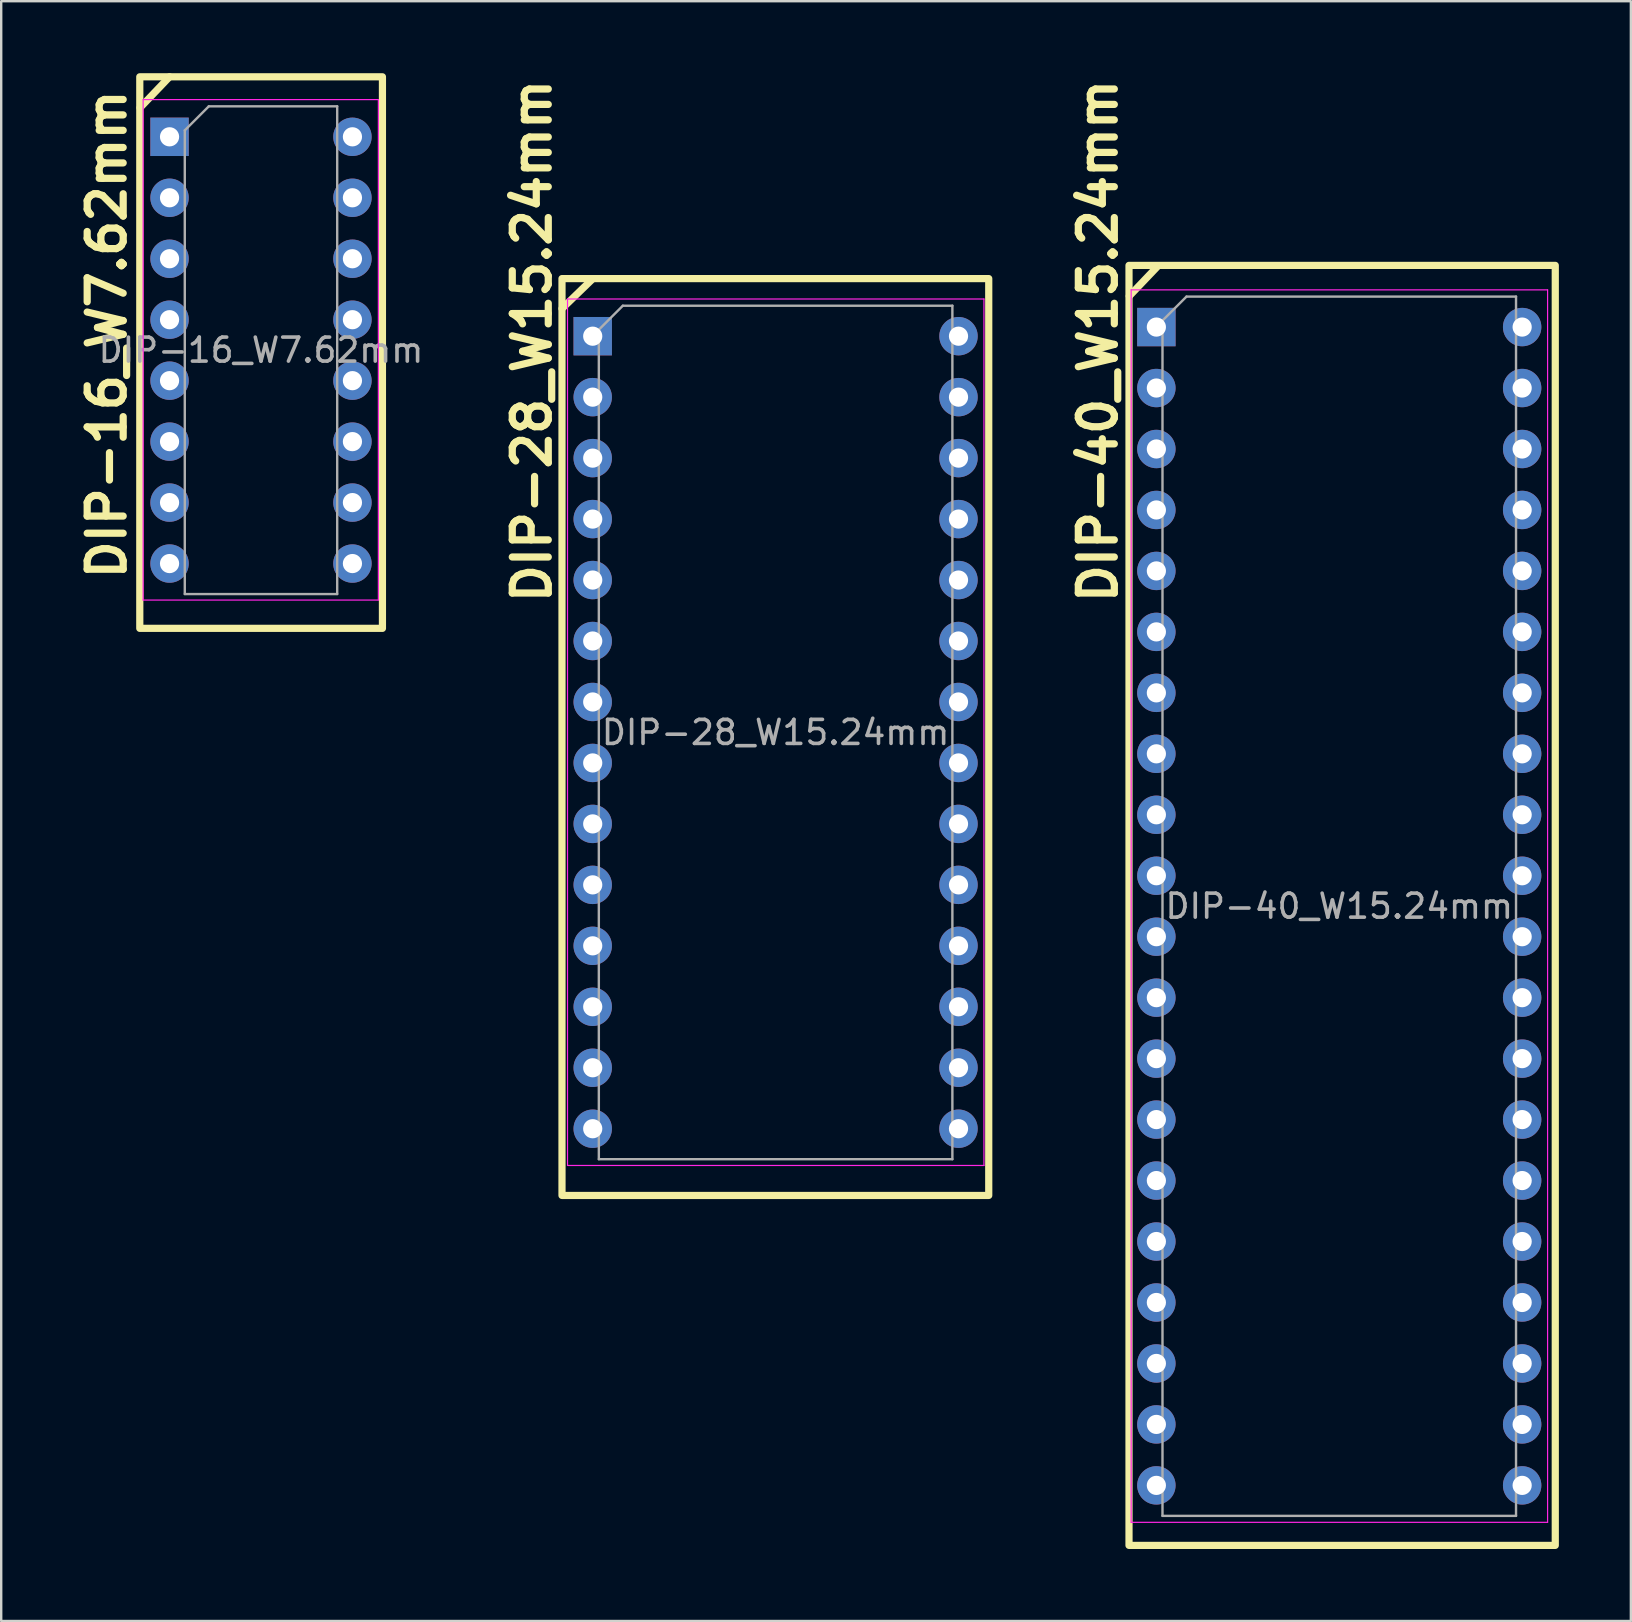
<source format=kicad_pcb>
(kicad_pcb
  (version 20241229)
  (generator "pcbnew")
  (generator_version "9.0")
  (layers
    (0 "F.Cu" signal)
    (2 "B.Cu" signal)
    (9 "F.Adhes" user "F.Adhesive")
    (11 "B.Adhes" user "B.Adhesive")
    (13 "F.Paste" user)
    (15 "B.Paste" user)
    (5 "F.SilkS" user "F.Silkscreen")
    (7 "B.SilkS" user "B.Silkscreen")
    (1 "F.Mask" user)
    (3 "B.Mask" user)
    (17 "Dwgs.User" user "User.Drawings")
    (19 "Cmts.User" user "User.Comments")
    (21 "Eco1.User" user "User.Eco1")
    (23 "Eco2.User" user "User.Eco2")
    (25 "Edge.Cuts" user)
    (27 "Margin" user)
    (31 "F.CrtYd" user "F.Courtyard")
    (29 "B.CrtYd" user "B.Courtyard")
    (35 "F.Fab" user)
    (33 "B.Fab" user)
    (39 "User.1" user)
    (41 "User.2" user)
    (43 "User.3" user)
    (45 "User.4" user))
  (footprint "DIP-40_W15.24mm"
    (layer "F.Cu")
    (at 45.119 10.617)
    (property "Reference" "DIP-40_W15.24mm" (at -2.42 0.54 90) (layer "F.SilkS") (effects (font (size 1.5 1.5) (thickness 0.3) (bold yes))))
    (attr through_hole)
    (fp_line (start -1.12 -1.33) (end 0.09 -2.6) (stroke (width 0.3) (type default)) (layer "F.SilkS"))
    (fp_rect (start -1.13 -2.61) (end 16.63 50.72) (stroke (width 0.3) (type default)) (fill no) (layer "F.SilkS"))
    (fp_line (start -1.04 -1.59) (end -1.04 49.76) (stroke (width 0.05) (type solid)) (layer "F.CrtYd"))
    (fp_line (start -1.04 49.76) (end 16.31 49.76) (stroke (width 0.05) (type solid)) (layer "F.CrtYd"))
    (fp_line (start 16.31 -1.59) (end -1.04 -1.59) (stroke (width 0.05) (type solid)) (layer "F.CrtYd"))
    (fp_line (start 16.31 49.76) (end 16.31 -1.59) (stroke (width 0.05) (type solid)) (layer "F.CrtYd"))
    (fp_line (start 0.265 -0.31) (end 1.265 -1.31) (stroke (width 0.1) (type solid)) (layer "F.Fab"))
    (fp_line (start 0.265 49.49) (end 0.265 -0.31) (stroke (width 0.1) (type solid)) (layer "F.Fab"))
    (fp_line (start 1.265 -1.31) (end 14.995 -1.31) (stroke (width 0.1) (type solid)) (layer "F.Fab"))
    (fp_line (start 14.995 -1.31) (end 14.995 49.49) (stroke (width 0.1) (type solid)) (layer "F.Fab"))
    (fp_line (start 14.995 49.49) (end 0.265 49.49) (stroke (width 0.1) (type solid)) (layer "F.Fab"))
    (fp_text user "${REFERENCE}" (at 7.63 24.09 0) (layer "F.Fab") (effects (font (size 1 1) (thickness 0.15))))
    (pad "1" thru_hole rect (at 0.01 -0.04) (size 1.6 1.6) (drill 0.8) (layers "*.Cu" "*.Mask"))
    (pad "2" thru_hole oval (at 0.01 2.5) (size 1.6 1.6) (drill 0.8) (layers "*.Cu" "*.Mask"))
    (pad "3" thru_hole oval (at 0.01 5.04) (size 1.6 1.6) (drill 0.8) (layers "*.Cu" "*.Mask"))
    (pad "4" thru_hole oval (at 0.01 7.58) (size 1.6 1.6) (drill 0.8) (layers "*.Cu" "*.Mask"))
    (pad "5" thru_hole oval (at 0.01 10.12) (size 1.6 1.6) (drill 0.8) (layers "*.Cu" "*.Mask"))
    (pad "6" thru_hole oval (at 0.01 12.66) (size 1.6 1.6) (drill 0.8) (layers "*.Cu" "*.Mask"))
    (pad "7" thru_hole oval (at 0.01 15.2) (size 1.6 1.6) (drill 0.8) (layers "*.Cu" "*.Mask"))
    (pad "8" thru_hole oval (at 0.01 17.74) (size 1.6 1.6) (drill 0.8) (layers "*.Cu" "*.Mask"))
    (pad "9" thru_hole oval (at 0.01 20.28) (size 1.6 1.6) (drill 0.8) (layers "*.Cu" "*.Mask"))
    (pad "10" thru_hole oval (at 0.01 22.82) (size 1.6 1.6) (drill 0.8) (layers "*.Cu" "*.Mask"))
    (pad "11" thru_hole oval (at 0.01 25.36) (size 1.6 1.6) (drill 0.8) (layers "*.Cu" "*.Mask"))
    (pad "12" thru_hole oval (at 0.01 27.9) (size 1.6 1.6) (drill 0.8) (layers "*.Cu" "*.Mask"))
    (pad "13" thru_hole oval (at 0.01 30.44) (size 1.6 1.6) (drill 0.8) (layers "*.Cu" "*.Mask"))
    (pad "14" thru_hole oval (at 0.01 32.98) (size 1.6 1.6) (drill 0.8) (layers "*.Cu" "*.Mask"))
    (pad "15" thru_hole oval (at 0.01 35.52) (size 1.6 1.6) (drill 0.8) (layers "*.Cu" "*.Mask"))
    (pad "16" thru_hole oval (at 0.01 38.06) (size 1.6 1.6) (drill 0.8) (layers "*.Cu" "*.Mask"))
    (pad "17" thru_hole oval (at 0.01 40.6) (size 1.6 1.6) (drill 0.8) (layers "*.Cu" "*.Mask"))
    (pad "18" thru_hole oval (at 0.01 43.14) (size 1.6 1.6) (drill 0.8) (layers "*.Cu" "*.Mask"))
    (pad "19" thru_hole oval (at 0.01 45.68) (size 1.6 1.6) (drill 0.8) (layers "*.Cu" "*.Mask"))
    (pad "20" thru_hole oval (at 0.01 48.22) (size 1.6 1.6) (drill 0.8) (layers "*.Cu" "*.Mask"))
    (pad "21" thru_hole oval (at 15.25 48.22) (size 1.6 1.6) (drill 0.8) (layers "*.Cu" "*.Mask"))
    (pad "22" thru_hole oval (at 15.25 45.68) (size 1.6 1.6) (drill 0.8) (layers "*.Cu" "*.Mask"))
    (pad "23" thru_hole oval (at 15.25 43.14) (size 1.6 1.6) (drill 0.8) (layers "*.Cu" "*.Mask"))
    (pad "24" thru_hole oval (at 15.25 40.6) (size 1.6 1.6) (drill 0.8) (layers "*.Cu" "*.Mask"))
    (pad "25" thru_hole oval (at 15.25 38.06) (size 1.6 1.6) (drill 0.8) (layers "*.Cu" "*.Mask"))
    (pad "26" thru_hole oval (at 15.25 35.52) (size 1.6 1.6) (drill 0.8) (layers "*.Cu" "*.Mask"))
    (pad "27" thru_hole oval (at 15.25 32.98) (size 1.6 1.6) (drill 0.8) (layers "*.Cu" "*.Mask"))
    (pad "28" thru_hole oval (at 15.25 30.44) (size 1.6 1.6) (drill 0.8) (layers "*.Cu" "*.Mask"))
    (pad "29" thru_hole oval (at 15.25 27.9) (size 1.6 1.6) (drill 0.8) (layers "*.Cu" "*.Mask"))
    (pad "30" thru_hole oval (at 15.25 25.36) (size 1.6 1.6) (drill 0.8) (layers "*.Cu" "*.Mask"))
    (pad "31" thru_hole oval (at 15.25 22.82) (size 1.6 1.6) (drill 0.8) (layers "*.Cu" "*.Mask"))
    (pad "32" thru_hole oval (at 15.25 20.28) (size 1.6 1.6) (drill 0.8) (layers "*.Cu" "*.Mask"))
    (pad "33" thru_hole oval (at 15.25 17.74) (size 1.6 1.6) (drill 0.8) (layers "*.Cu" "*.Mask"))
    (pad "34" thru_hole oval (at 15.25 15.2) (size 1.6 1.6) (drill 0.8) (layers "*.Cu" "*.Mask"))
    (pad "35" thru_hole oval (at 15.25 12.66) (size 1.6 1.6) (drill 0.8) (layers "*.Cu" "*.Mask"))
    (pad "36" thru_hole oval (at 15.25 10.12) (size 1.6 1.6) (drill 0.8) (layers "*.Cu" "*.Mask"))
    (pad "37" thru_hole oval (at 15.25 7.58) (size 1.6 1.6) (drill 0.8) (layers "*.Cu" "*.Mask"))
    (pad "38" thru_hole oval (at 15.25 5.04) (size 1.6 1.6) (drill 0.8) (layers "*.Cu" "*.Mask"))
    (pad "39" thru_hole oval (at 15.25 2.5) (size 1.6 1.6) (drill 0.8) (layers "*.Cu" "*.Mask"))
    (pad "40" thru_hole oval (at 15.25 -0.04) (size 1.6 1.6) (drill 0.8) (layers "*.Cu" "*.Mask")))
  (footprint "DIP-28_W15.24mm"
    (layer "F.Cu")
    (at 21.615 10.947)
    (property "Reference" "DIP-28_W15.24mm" (at -2.5 0.21 90) (layer "F.SilkS") (effects (font (size 1.5 1.5) (thickness 0.3) (bold yes))))
    (attr through_hole)
    (fp_line (start -1.25 -1.14) (end 0.03 -2.38) (stroke (width 0.3) (type default)) (layer "F.SilkS"))
    (fp_rect (start -1.25 -2.39) (end 16.53 35.81) (stroke (width 0.3) (type default)) (fill no) (layer "F.SilkS"))
    (fp_line (start -1.02 -1.54) (end -1.02 34.56) (stroke (width 0.05) (type solid)) (layer "F.CrtYd"))
    (fp_line (start -1.02 34.56) (end 16.33 34.56) (stroke (width 0.05) (type solid)) (layer "F.CrtYd"))
    (fp_line (start 16.33 -1.54) (end -1.02 -1.54) (stroke (width 0.05) (type solid)) (layer "F.CrtYd"))
    (fp_line (start 16.33 34.56) (end 16.33 -1.54) (stroke (width 0.05) (type solid)) (layer "F.CrtYd"))
    (fp_line (start 0.285 -0.26) (end 1.285 -1.26) (stroke (width 0.1) (type solid)) (layer "F.Fab"))
    (fp_line (start 0.285 34.3) (end 0.285 -0.26) (stroke (width 0.1) (type solid)) (layer "F.Fab"))
    (fp_line (start 1.285 -1.26) (end 15.015 -1.26) (stroke (width 0.1) (type solid)) (layer "F.Fab"))
    (fp_line (start 15.015 -1.26) (end 15.015 34.3) (stroke (width 0.1) (type solid)) (layer "F.Fab"))
    (fp_line (start 15.015 34.3) (end 0.285 34.3) (stroke (width 0.1) (type solid)) (layer "F.Fab"))
    (fp_text user "${REFERENCE}" (at 7.65 16.52 0) (layer "F.Fab") (effects (font (size 1 1) (thickness 0.15))))
    (pad "1" thru_hole rect (at 0.03 0.01) (size 1.6 1.6) (drill 0.8) (layers "*.Cu" "*.Mask"))
    (pad "2" thru_hole oval (at 0.03 2.55) (size 1.6 1.6) (drill 0.8) (layers "*.Cu" "*.Mask"))
    (pad "3" thru_hole oval (at 0.03 5.09) (size 1.6 1.6) (drill 0.8) (layers "*.Cu" "*.Mask"))
    (pad "4" thru_hole oval (at 0.03 7.63) (size 1.6 1.6) (drill 0.8) (layers "*.Cu" "*.Mask"))
    (pad "5" thru_hole oval (at 0.03 10.17) (size 1.6 1.6) (drill 0.8) (layers "*.Cu" "*.Mask"))
    (pad "6" thru_hole oval (at 0.03 12.71) (size 1.6 1.6) (drill 0.8) (layers "*.Cu" "*.Mask"))
    (pad "7" thru_hole oval (at 0.03 15.25) (size 1.6 1.6) (drill 0.8) (layers "*.Cu" "*.Mask"))
    (pad "8" thru_hole oval (at 0.03 17.79) (size 1.6 1.6) (drill 0.8) (layers "*.Cu" "*.Mask"))
    (pad "9" thru_hole oval (at 0.03 20.33) (size 1.6 1.6) (drill 0.8) (layers "*.Cu" "*.Mask"))
    (pad "10" thru_hole oval (at 0.03 22.87) (size 1.6 1.6) (drill 0.8) (layers "*.Cu" "*.Mask"))
    (pad "11" thru_hole oval (at 0.03 25.41) (size 1.6 1.6) (drill 0.8) (layers "*.Cu" "*.Mask"))
    (pad "12" thru_hole oval (at 0.03 27.95) (size 1.6 1.6) (drill 0.8) (layers "*.Cu" "*.Mask"))
    (pad "13" thru_hole oval (at 0.03 30.49) (size 1.6 1.6) (drill 0.8) (layers "*.Cu" "*.Mask"))
    (pad "14" thru_hole oval (at 0.03 33.03) (size 1.6 1.6) (drill 0.8) (layers "*.Cu" "*.Mask"))
    (pad "15" thru_hole oval (at 15.27 33.03) (size 1.6 1.6) (drill 0.8) (layers "*.Cu" "*.Mask"))
    (pad "16" thru_hole oval (at 15.27 30.49) (size 1.6 1.6) (drill 0.8) (layers "*.Cu" "*.Mask"))
    (pad "17" thru_hole oval (at 15.27 27.95) (size 1.6 1.6) (drill 0.8) (layers "*.Cu" "*.Mask"))
    (pad "18" thru_hole oval (at 15.27 25.41) (size 1.6 1.6) (drill 0.8) (layers "*.Cu" "*.Mask"))
    (pad "19" thru_hole oval (at 15.27 22.87) (size 1.6 1.6) (drill 0.8) (layers "*.Cu" "*.Mask"))
    (pad "20" thru_hole oval (at 15.27 20.33) (size 1.6 1.6) (drill 0.8) (layers "*.Cu" "*.Mask"))
    (pad "21" thru_hole oval (at 15.27 17.79) (size 1.6 1.6) (drill 0.8) (layers "*.Cu" "*.Mask"))
    (pad "22" thru_hole oval (at 15.27 15.25) (size 1.6 1.6) (drill 0.8) (layers "*.Cu" "*.Mask"))
    (pad "23" thru_hole oval (at 15.27 12.71) (size 1.6 1.6) (drill 0.8) (layers "*.Cu" "*.Mask"))
    (pad "24" thru_hole oval (at 15.27 10.17) (size 1.6 1.6) (drill 0.8) (layers "*.Cu" "*.Mask"))
    (pad "25" thru_hole oval (at 15.27 7.63) (size 1.6 1.6) (drill 0.8) (layers "*.Cu" "*.Mask"))
    (pad "26" thru_hole oval (at 15.27 5.09) (size 1.6 1.6) (drill 0.8) (layers "*.Cu" "*.Mask"))
    (pad "27" thru_hole oval (at 15.27 2.55) (size 1.6 1.6) (drill 0.8) (layers "*.Cu" "*.Mask"))
    (pad "28" thru_hole oval (at 15.27 0.01) (size 1.6 1.6) (drill 0.8) (layers "*.Cu" "*.Mask")))
  (footprint "DIP-16_W7.62mm"
    (layer "F.Cu")
    (at 4.004 2.68)
    (property "Reference" "DIP-16_W7.62mm" (at -2.6 8.2 90) (layer "F.SilkS") (effects (font (size 1.5 1.5) (thickness 0.3) (bold yes))))
    (attr through_hole)
    (fp_line (start -1.22 -1.24) (end 0.01 -2.53) (stroke (width 0.3) (type default)) (layer "F.SilkS"))
    (fp_rect (start -1.23 -2.53) (end 8.88 20.45) (stroke (width 0.3) (type default)) (fill no) (layer "F.SilkS"))
    (fp_line (start -1.09 -1.58) (end -1.09 19.27) (stroke (width 0.05) (type solid)) (layer "F.CrtYd"))
    (fp_line (start -1.09 19.27) (end 8.71 19.27) (stroke (width 0.05) (type solid)) (layer "F.CrtYd"))
    (fp_line (start 8.71 -1.58) (end -1.09 -1.58) (stroke (width 0.05) (type solid)) (layer "F.CrtYd"))
    (fp_line (start 8.71 19.27) (end 8.71 -1.58) (stroke (width 0.05) (type solid)) (layer "F.CrtYd"))
    (fp_line (start 0.645 -0.3) (end 1.645 -1.3) (stroke (width 0.1) (type solid)) (layer "F.Fab"))
    (fp_line (start 0.645 19.02) (end 0.645 -0.3) (stroke (width 0.1) (type solid)) (layer "F.Fab"))
    (fp_line (start 1.645 -1.3) (end 6.995 -1.3) (stroke (width 0.1) (type solid)) (layer "F.Fab"))
    (fp_line (start 6.995 -1.3) (end 6.995 19.02) (stroke (width 0.1) (type solid)) (layer "F.Fab"))
    (fp_line (start 6.995 19.02) (end 0.645 19.02) (stroke (width 0.1) (type solid)) (layer "F.Fab"))
    (fp_text user "${REFERENCE}" (at 3.82 8.86 0) (layer "F.Fab") (effects (font (size 1 1) (thickness 0.15))))
    (pad "1" thru_hole rect (at 0.01 -0.03) (size 1.6 1.6) (drill 0.8) (layers "*.Cu" "*.Mask"))
    (pad "2" thru_hole oval (at 0.01 2.51) (size 1.6 1.6) (drill 0.8) (layers "*.Cu" "*.Mask"))
    (pad "3" thru_hole oval (at 0.01 5.05) (size 1.6 1.6) (drill 0.8) (layers "*.Cu" "*.Mask"))
    (pad "4" thru_hole oval (at 0.01 7.59) (size 1.6 1.6) (drill 0.8) (layers "*.Cu" "*.Mask"))
    (pad "5" thru_hole oval (at 0.01 10.13) (size 1.6 1.6) (drill 0.8) (layers "*.Cu" "*.Mask"))
    (pad "6" thru_hole oval (at 0.01 12.67) (size 1.6 1.6) (drill 0.8) (layers "*.Cu" "*.Mask"))
    (pad "7" thru_hole oval (at 0.01 15.21) (size 1.6 1.6) (drill 0.8) (layers "*.Cu" "*.Mask"))
    (pad "8" thru_hole oval (at 0.01 17.75) (size 1.6 1.6) (drill 0.8) (layers "*.Cu" "*.Mask"))
    (pad "9" thru_hole oval (at 7.63 17.75) (size 1.6 1.6) (drill 0.8) (layers "*.Cu" "*.Mask"))
    (pad "10" thru_hole oval (at 7.63 15.21) (size 1.6 1.6) (drill 0.8) (layers "*.Cu" "*.Mask"))
    (pad "11" thru_hole oval (at 7.63 12.67) (size 1.6 1.6) (drill 0.8) (layers "*.Cu" "*.Mask"))
    (pad "12" thru_hole oval (at 7.63 10.13) (size 1.6 1.6) (drill 0.8) (layers "*.Cu" "*.Mask"))
    (pad "13" thru_hole oval (at 7.63 7.59) (size 1.6 1.6) (drill 0.8) (layers "*.Cu" "*.Mask"))
    (pad "14" thru_hole oval (at 7.63 5.05) (size 1.6 1.6) (drill 0.8) (layers "*.Cu" "*.Mask"))
    (pad "15" thru_hole oval (at 7.63 2.51) (size 1.6 1.6) (drill 0.8) (layers "*.Cu" "*.Mask"))
    (pad "16" thru_hole oval (at 7.63 -0.03) (size 1.6 1.6) (drill 0.8) (layers "*.Cu" "*.Mask")))
  (gr_rect
    (start -3 -3)
    (end 64.899 64.487)
    (stroke (width 0.1) (type default))
    (fill no)
    (layer "Edge.Cuts")))
</source>
